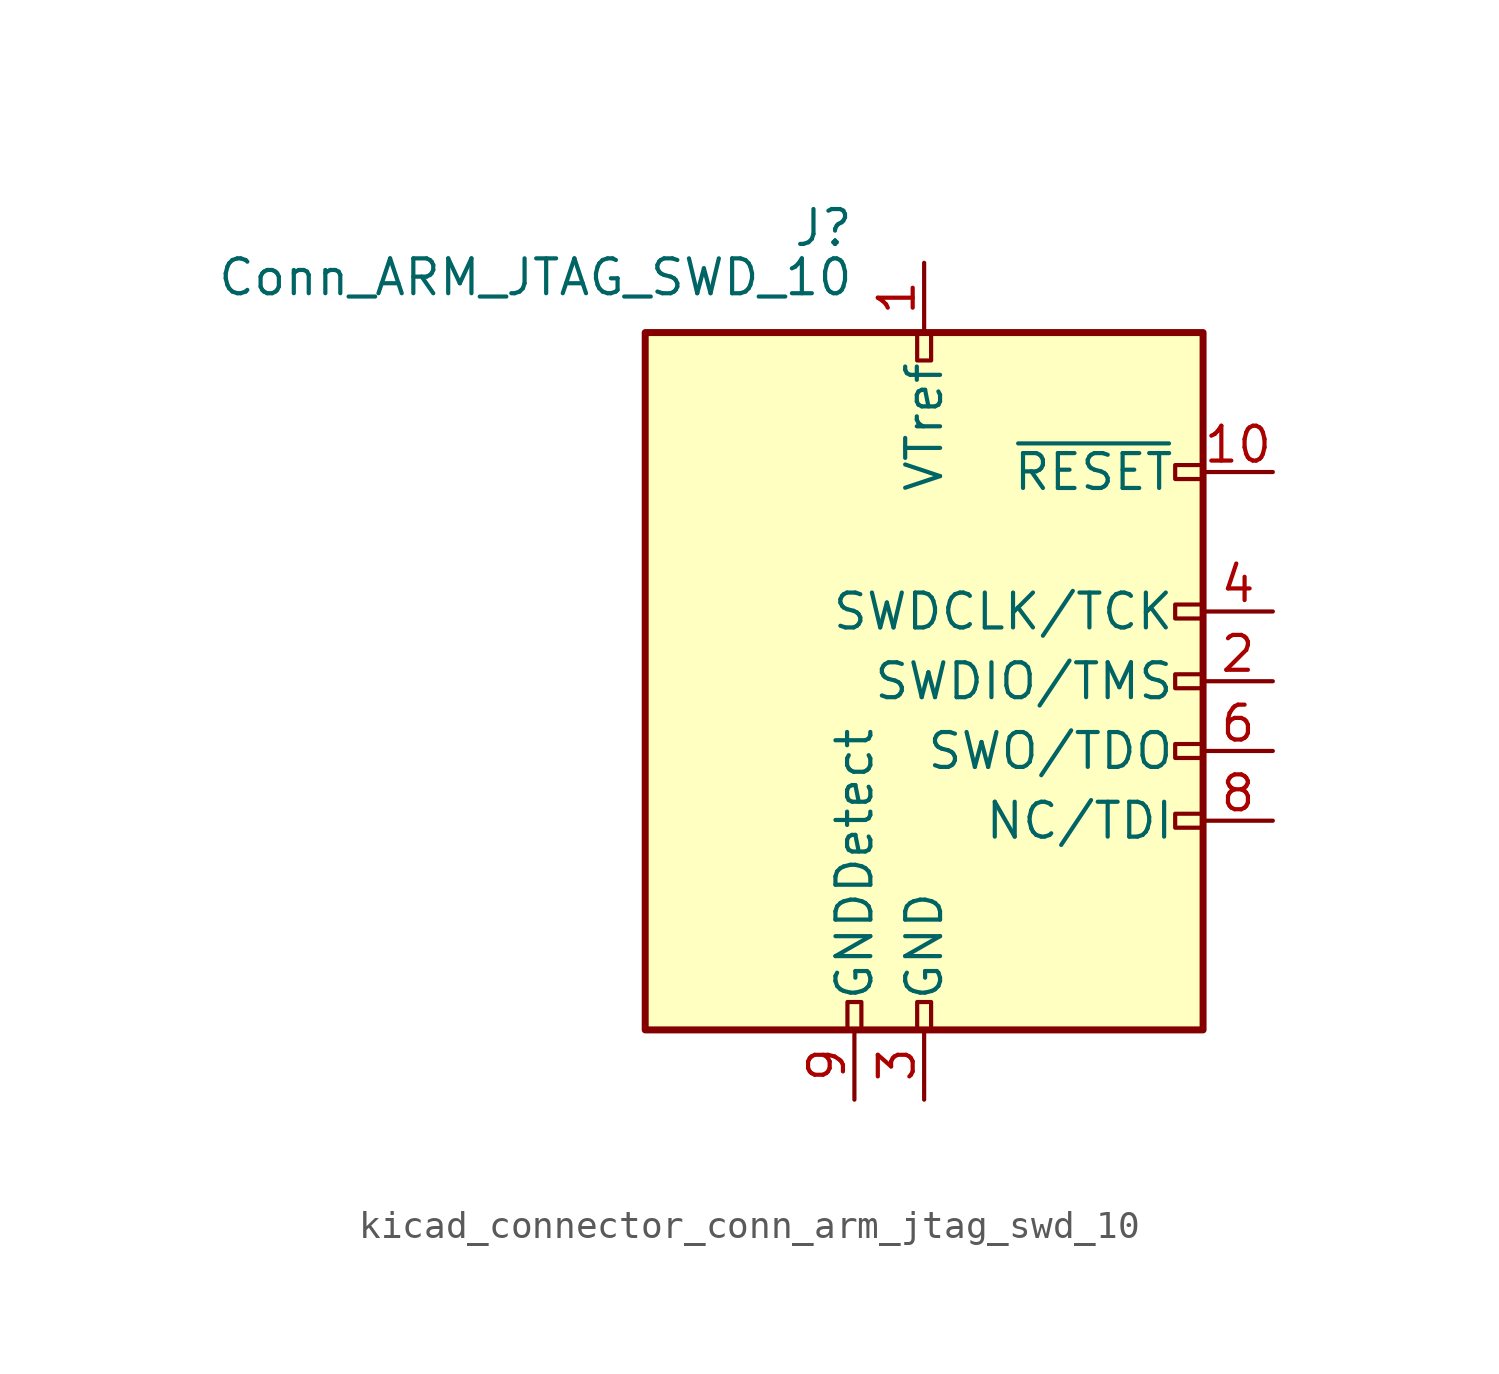
<source format=kicad_sym>
(kicad_symbol_lib
  (version 20220914)
  (generator kicad_symbol_editor)
  (symbol "kicad_connector_conn_arm_jtag_swd_10"
    (pin_names
      (offset 1.016))
    (property "Reference" "J"
      (at -2.54 16.51 0)
      (effects (font (size 1.27 1.27)) (justify right)))
    (property "Value" "Conn_ARM_JTAG_SWD_10"
      (at -2.54 13.97 0)
      (effects (font (size 1.27 1.27)) (justify right bottom)))
    (symbol "kicad_connector_conn_arm_jtag_swd_10_0_1"
      (rectangle (start -10.16 12.7) (end 10.16 -12.7) (stroke (width 0.254) (type default)) (fill (type background)))
      (rectangle (start -2.794 -12.7) (end -2.286 -11.684) (stroke (width 0) (type default)) (fill (type none)))
      (rectangle (start -0.254 -12.7) (end 0.254 -11.684) (stroke (width 0) (type default)) (fill (type none)))
      (rectangle (start -0.254 12.7) (end 0.254 11.684) (stroke (width 0) (type default)) (fill (type none)))
      (rectangle (start 9.144 2.286) (end 10.16 2.794) (stroke (width 0) (type default)) (fill (type none)))
      (rectangle (start 10.16 -2.794) (end 9.144 -2.286) (stroke (width 0) (type default)) (fill (type none)))
      (rectangle (start 10.16 -0.254) (end 9.144 0.254) (stroke (width 0) (type default)) (fill (type none)))
      (rectangle (start 10.16 7.874) (end 9.144 7.366) (stroke (width 0) (type default)) (fill (type none))))
    (symbol "kicad_connector_conn_arm_jtag_swd_10_1_1"
      (rectangle (start 9.144 -5.334) (end 10.16 -4.826) (stroke (width 0) (type default)) (fill (type none)))
      (pin power_in line (at 0 15.24 270) (length 2.54) (name "VTref" (effects (font (size 1.27 1.27)))) (number "1" (effects (font (size 1.27 1.27)))))
      (pin open_collector line (at 12.7 7.62 180) (length 2.54) (name "~{RESET}" (effects (font (size 1.27 1.27)))) (number "10" (effects (font (size 1.27 1.27)))))
      (pin bidirectional line (at 12.7 0 180) (length 2.54) (name "SWDIO/TMS" (effects (font (size 1.27 1.27)))) (number "2" (effects (font (size 1.27 1.27)))))
      (pin power_in line (at 0 -15.24 90) (length 2.54) (name "GND" (effects (font (size 1.27 1.27)))) (number "3" (effects (font (size 1.27 1.27)))))
      (pin output line (at 12.7 2.54 180) (length 2.54) (name "SWDCLK/TCK" (effects (font (size 1.27 1.27)))) (number "4" (effects (font (size 1.27 1.27)))))
      (pin passive line (at 0 -15.24 90) (length 2.54) hide (name "GND" (effects (font (size 1.27 1.27)))) (number "5" (effects (font (size 1.27 1.27)))))
      (pin input line (at 12.7 -2.54 180) (length 2.54) (name "SWO/TDO" (effects (font (size 1.27 1.27)))) (number "6" (effects (font (size 1.27 1.27)))))
      (pin no_connect line (at -10.16 0 0) (length 2.54) hide (name "KEY" (effects (font (size 1.27 1.27)))) (number "7" (effects (font (size 1.27 1.27)))))
      (pin output line (at 12.7 -5.08 180) (length 2.54) (name "NC/TDI" (effects (font (size 1.27 1.27)))) (number "8" (effects (font (size 1.27 1.27)))))
      (pin passive line (at -2.54 -15.24 90) (length 2.54) (name "GNDDetect" (effects (font (size 1.27 1.27)))) (number "9" (effects (font (size 1.27 1.27))))))))
</source>
